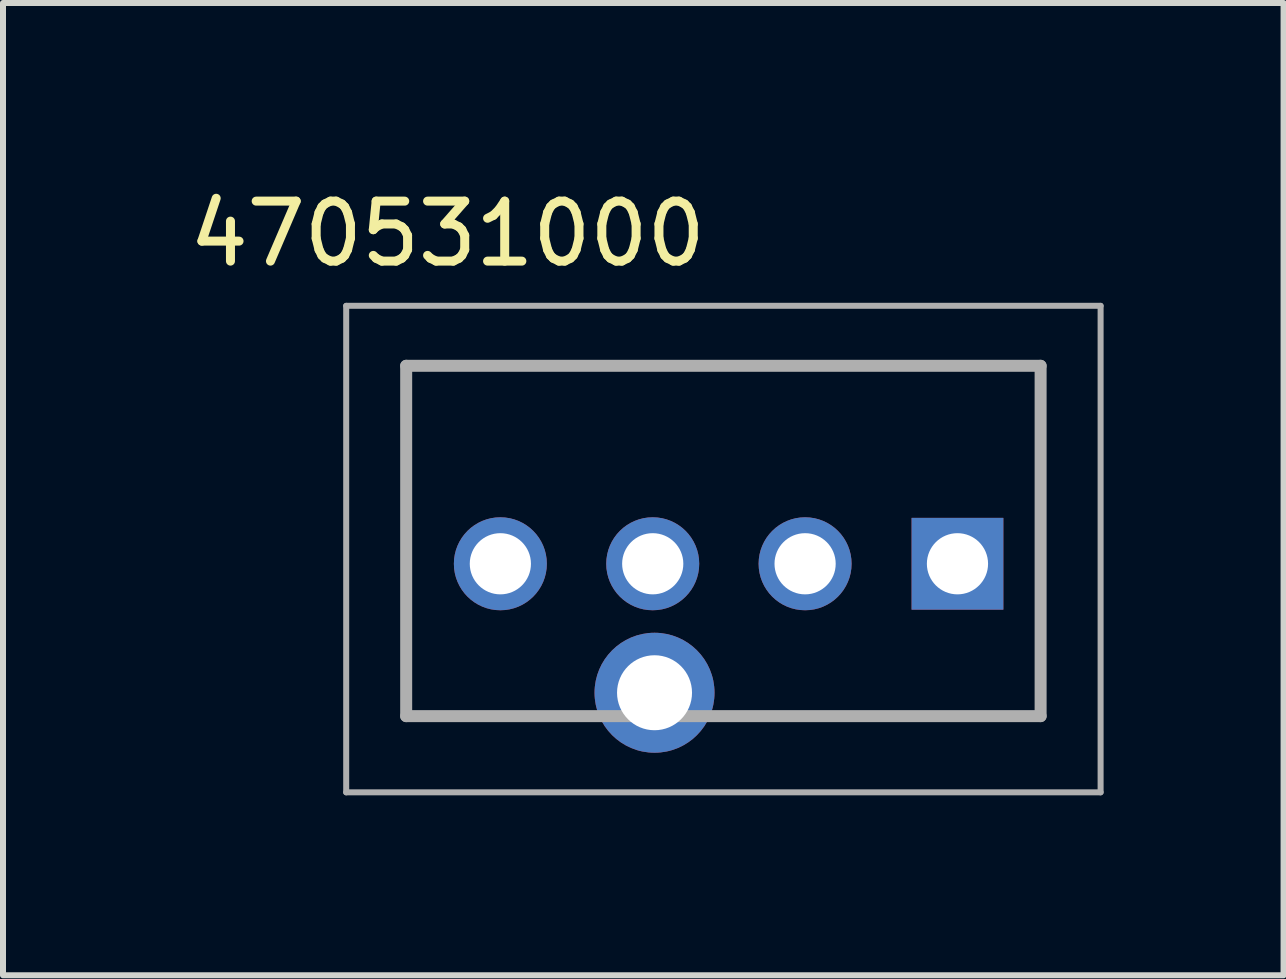
<source format=kicad_pcb>
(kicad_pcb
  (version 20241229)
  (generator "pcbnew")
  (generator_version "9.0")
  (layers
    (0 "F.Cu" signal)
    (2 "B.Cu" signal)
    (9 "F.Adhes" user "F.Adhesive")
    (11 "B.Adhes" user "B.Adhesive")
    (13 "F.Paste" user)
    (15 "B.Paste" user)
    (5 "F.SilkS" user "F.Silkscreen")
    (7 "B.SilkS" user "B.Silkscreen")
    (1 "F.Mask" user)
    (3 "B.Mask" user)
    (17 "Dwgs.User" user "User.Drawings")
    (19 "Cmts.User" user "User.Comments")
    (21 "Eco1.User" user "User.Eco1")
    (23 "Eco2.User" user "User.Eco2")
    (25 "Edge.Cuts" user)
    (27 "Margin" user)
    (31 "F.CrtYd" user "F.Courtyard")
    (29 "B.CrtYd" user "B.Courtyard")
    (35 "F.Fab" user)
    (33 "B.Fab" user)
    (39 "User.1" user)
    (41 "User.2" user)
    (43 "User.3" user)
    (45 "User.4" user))
  (footprint "470531000"
    (layer "F.Cu")
    (at 12.911 6.348)
    (property "Reference" "470531000" (at -8.5 -5.5 0) (layer "F.SilkS") (effects (font (size 1 1) (thickness 0.15))))
    (attr through_hole)
    (fp_line (start -9.19 -3.3) (end 1.386 -3.3) (stroke (width 0.1) (type solid)) (layer "F.SilkS"))
    (fp_line (start -9.19 2.54) (end -9.19 -3.3) (stroke (width 0.1) (type solid)) (layer "F.SilkS"))
    (fp_line (start -9.19 2.54) (end -6.293 2.54) (stroke (width 0.1) (type solid)) (layer "F.SilkS"))
    (fp_line (start 1.386 -3.3) (end 1.386 2.54) (stroke (width 0.1) (type solid)) (layer "F.SilkS"))
    (fp_line (start 1.386 2.54) (end -3.902 2.54) (stroke (width 0.1) (type solid)) (layer "F.SilkS"))
    (fp_line (start -10.19 -4.3) (end 2.386 -4.3) (stroke (width 0.1) (type solid)) (layer "F.Fab"))
    (fp_line (start -10.19 3.81) (end -10.19 -4.3) (stroke (width 0.1) (type solid)) (layer "F.Fab"))
    (fp_line (start -9.19 -3.3) (end 1.386 -3.3) (stroke (width 0.2) (type solid)) (layer "F.Fab"))
    (fp_line (start -9.19 2.54) (end -9.19 -3.3) (stroke (width 0.2) (type solid)) (layer "F.Fab"))
    (fp_line (start 1.386 -3.3) (end 1.386 2.54) (stroke (width 0.2) (type solid)) (layer "F.Fab"))
    (fp_line (start 1.386 2.54) (end -9.19 2.54) (stroke (width 0.2) (type solid)) (layer "F.Fab"))
    (fp_line (start 2.386 -4.3) (end 2.386 3.81) (stroke (width 0.1) (type solid)) (layer "F.Fab"))
    (fp_line (start 2.386 3.81) (end -10.19 3.81) (stroke (width 0.1) (type solid)) (layer "F.Fab"))
    (pad "" thru_hole circle (at -5.05 2.15) (size 2 2) (drill 1.25) (layers "*.Cu" "*.Mask"))
    (pad "1" thru_hole rect (at 0 0) (size 1.53 1.53) (drill 1.02) (layers "*.Cu" "*.Mask"))
    (pad "2" thru_hole circle (at -2.54 0) (size 1.55 1.55) (drill 1.02) (layers "*.Cu" "*.Mask"))
    (pad "3" thru_hole circle (at -5.08 0) (size 1.55 1.55) (drill 1.02) (layers "*.Cu" "*.Mask"))
    (pad "4" thru_hole circle (at -7.62 0) (size 1.55 1.55) (drill 1.02) (layers "*.Cu" "*.Mask")))
  (gr_rect
    (start -3 -3)
    (end 18.347 13.208)
    (stroke (width 0.1) (type default))
    (fill no)
    (layer "Edge.Cuts")))
</source>
